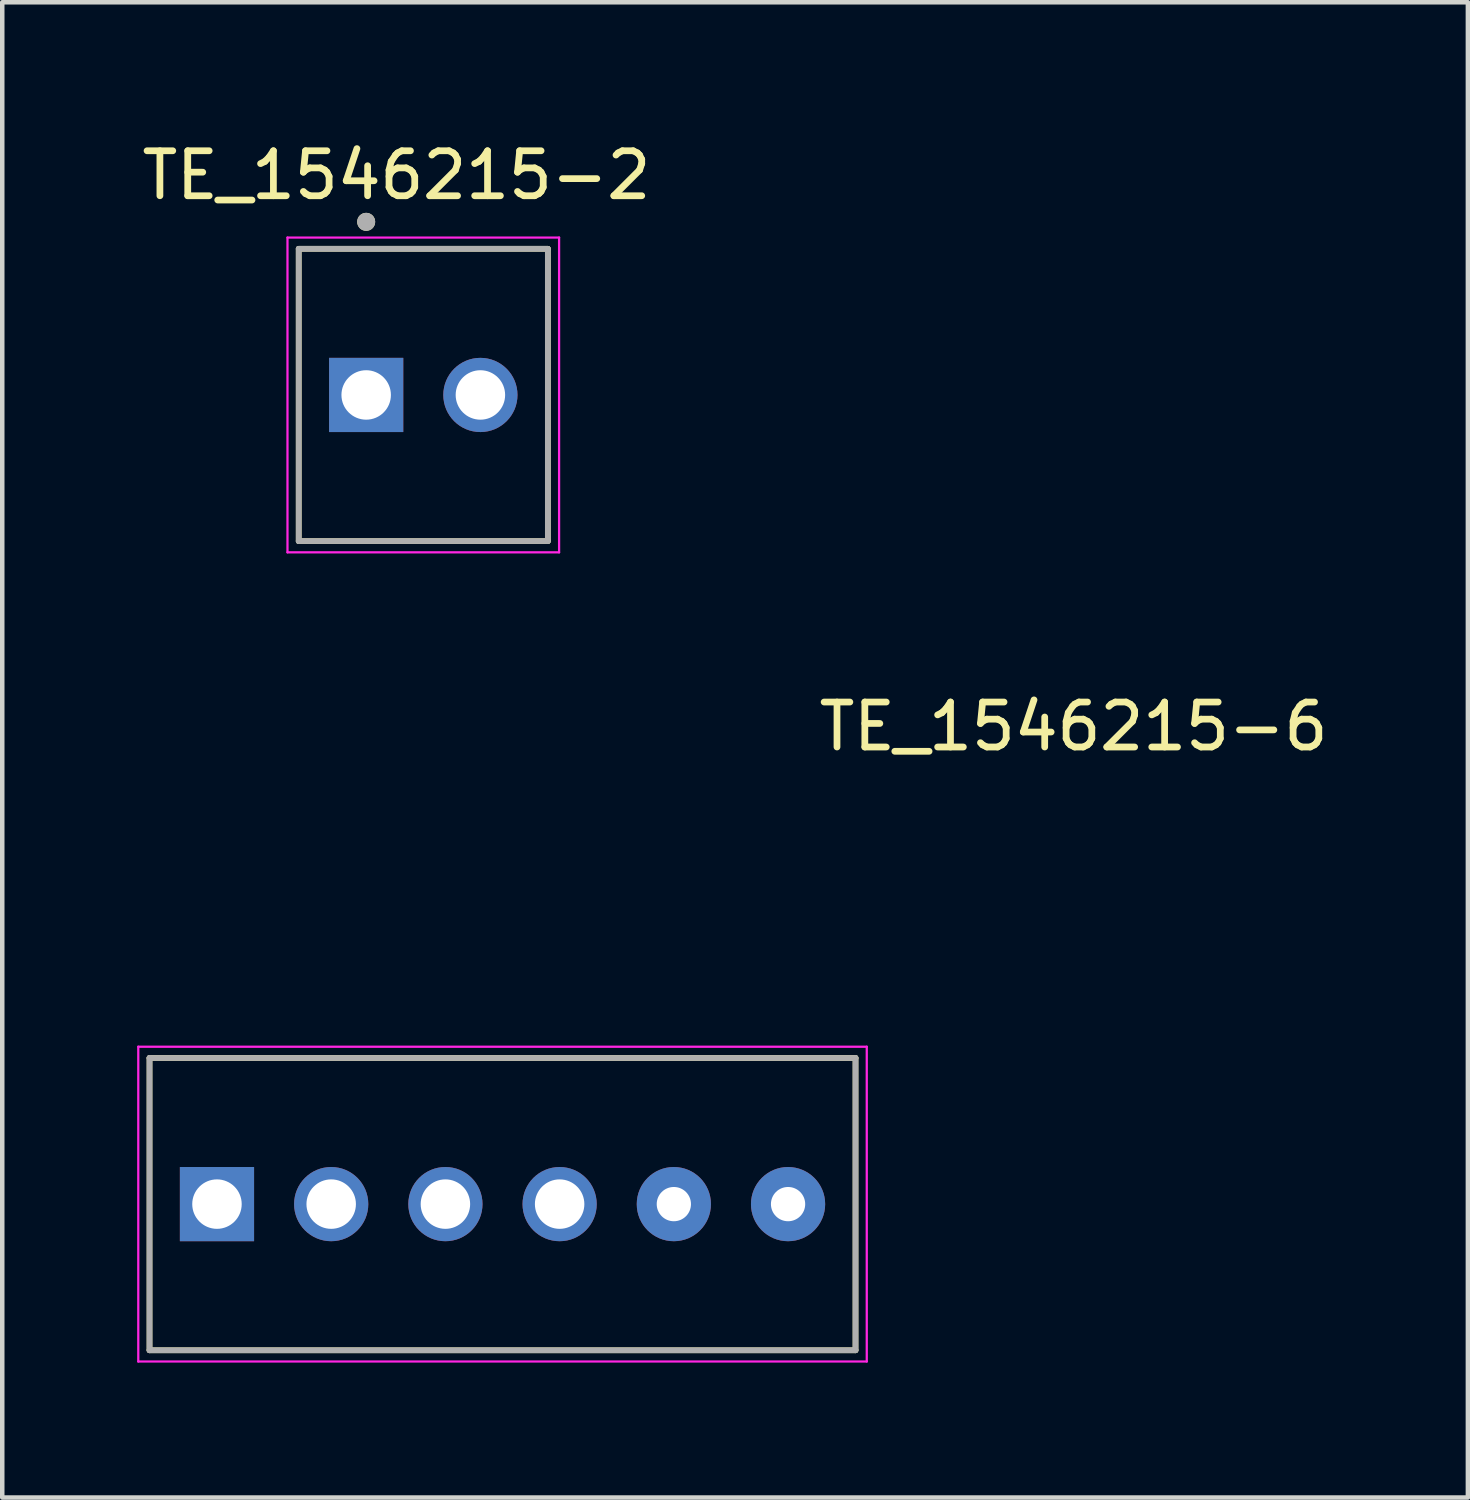
<source format=kicad_pcb>
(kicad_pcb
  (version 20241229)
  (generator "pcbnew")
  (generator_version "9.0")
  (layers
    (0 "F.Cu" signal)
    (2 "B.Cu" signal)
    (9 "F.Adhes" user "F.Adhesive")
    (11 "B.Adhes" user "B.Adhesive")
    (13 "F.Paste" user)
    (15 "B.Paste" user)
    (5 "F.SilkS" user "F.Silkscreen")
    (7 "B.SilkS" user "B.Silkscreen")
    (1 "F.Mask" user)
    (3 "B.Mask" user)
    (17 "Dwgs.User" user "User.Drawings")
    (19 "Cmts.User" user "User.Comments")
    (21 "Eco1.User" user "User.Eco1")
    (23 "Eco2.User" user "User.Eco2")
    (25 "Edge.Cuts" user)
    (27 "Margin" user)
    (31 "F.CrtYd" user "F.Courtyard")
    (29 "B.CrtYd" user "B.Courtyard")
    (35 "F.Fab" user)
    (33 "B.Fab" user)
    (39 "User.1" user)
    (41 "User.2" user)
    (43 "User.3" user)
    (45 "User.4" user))
  (footprint "TE_1546215-6"
    (layer "F.Cu")
    (at 8.125 23.727)
    (property "Reference" "TE_1546215-6" (at 12.7 -10.62 0) (unlocked yes) (layer "F.SilkS") (effects (font (size 1 1) (thickness 0.15))))
    (attr through_hole)
    (fp_line (start -7.85 -3.25) (end 7.85 -3.25) (stroke (width 0.127) (type solid)) (layer "F.SilkS"))
    (fp_line (start -7.85 3.25) (end -7.85 -3.25) (stroke (width 0.127) (type solid)) (layer "F.SilkS"))
    (fp_line (start 7.85 -3.25) (end 7.85 3.25) (stroke (width 0.127) (type solid)) (layer "F.SilkS"))
    (fp_line (start 7.85 3.25) (end -7.85 3.25) (stroke (width 0.127) (type solid)) (layer "F.SilkS"))
    (fp_line (start -8.1 -3.5) (end 8.1 -3.5) (stroke (width 0.05) (type solid)) (layer "F.CrtYd"))
    (fp_line (start -8.1 3.5) (end -8.1 -3.5) (stroke (width 0.05) (type solid)) (layer "F.CrtYd"))
    (fp_line (start 8.1 -3.5) (end 8.1 3.5) (stroke (width 0.05) (type solid)) (layer "F.CrtYd"))
    (fp_line (start 8.1 3.5) (end -8.1 3.5) (stroke (width 0.05) (type solid)) (layer "F.CrtYd"))
    (fp_line (start -7.85 -3.25) (end 7.85 -3.25) (stroke (width 0.127) (type solid)) (layer "F.Fab"))
    (fp_line (start -7.85 3.25) (end -7.85 -3.25) (stroke (width 0.127) (type solid)) (layer "F.Fab"))
    (fp_line (start 7.85 -3.25) (end 7.85 3.25) (stroke (width 0.127) (type solid)) (layer "F.Fab"))
    (fp_line (start 7.85 3.25) (end -7.85 3.25) (stroke (width 0.127) (type solid)) (layer "F.Fab"))
    (pad "1" thru_hole rect (at -6.35 0) (size 1.65 1.65) (drill 1.1) (layers "*.Cu" "*.Mask"))
    (pad "2" thru_hole circle (at -3.81 0) (size 1.65 1.65) (drill 1.1) (layers "*.Cu" "*.Mask"))
    (pad "3" thru_hole circle (at -1.27 0) (size 1.65 1.65) (drill 1.1) (layers "*.Cu" "*.Mask"))
    (pad "4" thru_hole circle (at 1.27 0) (size 1.65 1.65) (drill 1.1) (layers "*.Cu" "*.Mask"))
    (pad "5" thru_hole circle (at 3.81 0) (size 1.65 1.65) (drill 0.762) (layers "*.Cu" "*.Mask"))
    (pad "6" thru_hole circle (at 6.35 0) (size 1.65 1.65) (drill 0.762) (layers "*.Cu" "*.Mask")))
  (footprint "TE_1546215-2"
    (layer "F.Cu")
    (at 6.363 5.733)
    (property "Reference" "TE_1546215-2" (at -0.595 -4.885 0) (layer "F.SilkS") (effects (font (size 1 1) (thickness 0.15))))
    (attr through_hole)
    (fp_line (start -2.77 -3.25) (end 2.77 -3.25) (stroke (width 0.127) (type solid)) (layer "F.SilkS"))
    (fp_line (start -2.77 3.25) (end -2.77 -3.25) (stroke (width 0.127) (type solid)) (layer "F.SilkS"))
    (fp_line (start 2.77 -3.25) (end 2.77 3.25) (stroke (width 0.127) (type solid)) (layer "F.SilkS"))
    (fp_line (start 2.77 3.25) (end -2.77 3.25) (stroke (width 0.127) (type solid)) (layer "F.SilkS"))
    (fp_circle (center -1.27 -3.85) (end -1.17 -3.85) (stroke (width 0.2) (type solid)) (fill no) (layer "F.SilkS"))
    (fp_line (start -3.02 -3.5) (end 3.02 -3.5) (stroke (width 0.05) (type solid)) (layer "F.CrtYd"))
    (fp_line (start -3.02 3.5) (end -3.02 -3.5) (stroke (width 0.05) (type solid)) (layer "F.CrtYd"))
    (fp_line (start 3.02 -3.5) (end 3.02 3.5) (stroke (width 0.05) (type solid)) (layer "F.CrtYd"))
    (fp_line (start 3.02 3.5) (end -3.02 3.5) (stroke (width 0.05) (type solid)) (layer "F.CrtYd"))
    (fp_line (start -2.77 -3.25) (end 2.77 -3.25) (stroke (width 0.127) (type solid)) (layer "F.Fab"))
    (fp_line (start -2.77 3.25) (end -2.77 -3.25) (stroke (width 0.127) (type solid)) (layer "F.Fab"))
    (fp_line (start 2.77 -3.25) (end 2.77 3.25) (stroke (width 0.127) (type solid)) (layer "F.Fab"))
    (fp_line (start 2.77 3.25) (end -2.77 3.25) (stroke (width 0.127) (type solid)) (layer "F.Fab"))
    (fp_circle (center -1.27 -3.85) (end -1.17 -3.85) (stroke (width 0.2) (type solid)) (fill no) (layer "F.Fab"))
    (pad "1" thru_hole rect (at -1.27 0) (size 1.65 1.65) (drill 1.1) (layers "*.Cu" "*.Mask"))
    (pad "2" thru_hole circle (at 1.27 0) (size 1.65 1.65) (drill 1.1) (layers "*.Cu" "*.Mask")))
  (gr_rect
    (start -3 -3)
    (end 29.593 30.252)
    (stroke (width 0.1) (type default))
    (fill no)
    (layer "Edge.Cuts")))
</source>
